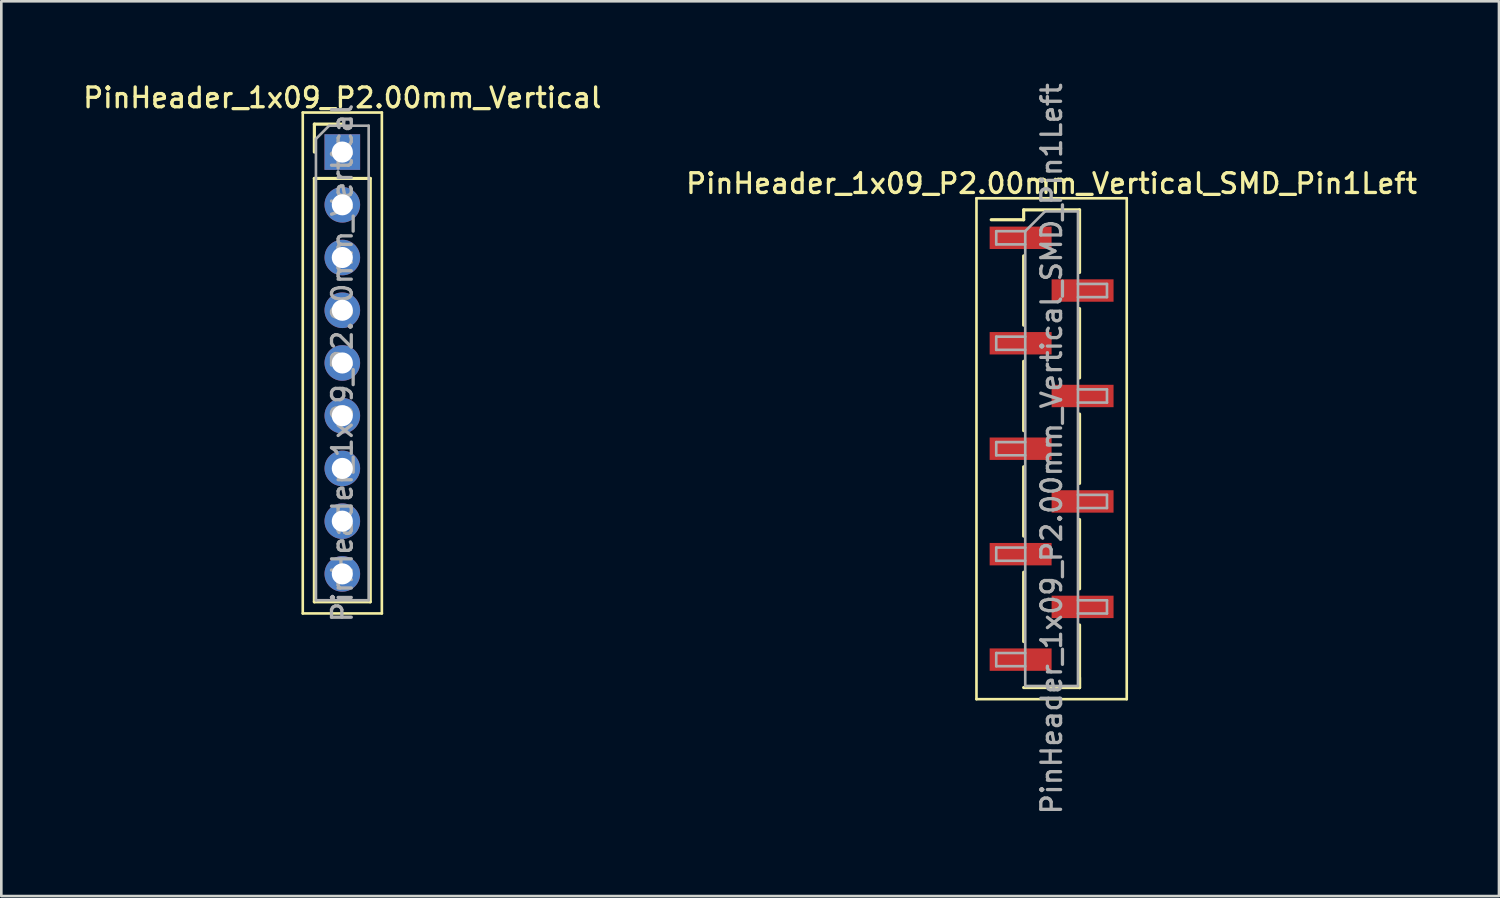
<source format=kicad_pcb>
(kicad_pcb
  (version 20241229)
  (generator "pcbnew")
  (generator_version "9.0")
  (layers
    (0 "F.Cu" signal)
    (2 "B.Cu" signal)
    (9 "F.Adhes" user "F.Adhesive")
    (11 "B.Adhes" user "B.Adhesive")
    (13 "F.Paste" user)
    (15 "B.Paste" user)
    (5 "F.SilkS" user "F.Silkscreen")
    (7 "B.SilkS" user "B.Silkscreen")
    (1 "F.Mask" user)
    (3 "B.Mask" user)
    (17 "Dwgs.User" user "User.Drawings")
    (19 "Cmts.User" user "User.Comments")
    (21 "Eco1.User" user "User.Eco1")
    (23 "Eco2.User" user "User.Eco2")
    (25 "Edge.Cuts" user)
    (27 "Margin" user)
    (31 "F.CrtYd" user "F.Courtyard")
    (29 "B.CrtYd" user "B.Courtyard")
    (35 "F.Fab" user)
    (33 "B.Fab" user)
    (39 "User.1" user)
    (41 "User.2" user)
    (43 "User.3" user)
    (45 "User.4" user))
  (footprint "PinHeader_1x09_P2.00mm_Vertical"
    (layer "F.Cu")
    (at 9.934 2.718)
    (property "Reference" "PinHeader_1x09_P2.00mm_Vertical" (at 0 -2.06 0) (layer "F.SilkS") (effects (font (size 0.75 0.75) (thickness 0.125))))
    (attr through_hole)
    (fp_line (start -1.5 -1.5) (end -1.5 17.5) (stroke (width 0.1) (type solid)) (layer "F.SilkS"))
    (fp_line (start -1.5 17.5) (end 1.5 17.5) (stroke (width 0.1) (type solid)) (layer "F.SilkS"))
    (fp_line (start -1.06 -1.06) (end 0 -1.06) (stroke (width 0.12) (type solid)) (layer "F.SilkS"))
    (fp_line (start -1.06 0) (end -1.06 -1.06) (stroke (width 0.12) (type solid)) (layer "F.SilkS"))
    (fp_line (start -1.06 1) (end -1.06 17.06) (stroke (width 0.12) (type solid)) (layer "F.SilkS"))
    (fp_line (start -1.06 1) (end 1.06 1) (stroke (width 0.12) (type solid)) (layer "F.SilkS"))
    (fp_line (start -1.06 17.06) (end 1.06 17.06) (stroke (width 0.12) (type solid)) (layer "F.SilkS"))
    (fp_line (start 1.06 1) (end 1.06 17.06) (stroke (width 0.12) (type solid)) (layer "F.SilkS"))
    (fp_line (start 1.5 -1.5) (end -1.5 -1.5) (stroke (width 0.1) (type solid)) (layer "F.SilkS"))
    (fp_line (start 1.5 17.5) (end 1.5 -1.5) (stroke (width 0.1) (type solid)) (layer "F.SilkS"))
    (fp_line (start -1 -0.5) (end -0.5 -1) (stroke (width 0.1) (type solid)) (layer "F.Fab"))
    (fp_line (start -1 17) (end -1 -0.5) (stroke (width 0.1) (type solid)) (layer "F.Fab"))
    (fp_line (start -0.5 -1) (end 1 -1) (stroke (width 0.1) (type solid)) (layer "F.Fab"))
    (fp_line (start 1 -1) (end 1 17) (stroke (width 0.1) (type solid)) (layer "F.Fab"))
    (fp_line (start 1 17) (end -1 17) (stroke (width 0.1) (type solid)) (layer "F.Fab"))
    (fp_text user "${REFERENCE}" (at 0 8 90) (layer "F.Fab") (effects (font (size 0.75 0.75) (thickness 0.125))))
    (pad "1" thru_hole rect (at 0 0) (size 1.35 1.35) (drill 0.8) (layers "*.Cu" "*.Mask"))
    (pad "2" thru_hole oval (at 0 2) (size 1.35 1.35) (drill 0.8) (layers "*.Cu" "*.Mask"))
    (pad "3" thru_hole oval (at 0 4) (size 1.35 1.35) (drill 0.8) (layers "*.Cu" "*.Mask"))
    (pad "4" thru_hole oval (at 0 6) (size 1.35 1.35) (drill 0.8) (layers "*.Cu" "*.Mask"))
    (pad "5" thru_hole oval (at 0 8) (size 1.35 1.35) (drill 0.8) (layers "*.Cu" "*.Mask"))
    (pad "6" thru_hole oval (at 0 10) (size 1.35 1.35) (drill 0.8) (layers "*.Cu" "*.Mask"))
    (pad "7" thru_hole oval (at 0 12) (size 1.35 1.35) (drill 0.8) (layers "*.Cu" "*.Mask"))
    (pad "8" thru_hole oval (at 0 14) (size 1.35 1.35) (drill 0.8) (layers "*.Cu" "*.Mask"))
    (pad "9" thru_hole oval (at 0 16) (size 1.35 1.35) (drill 0.8) (layers "*.Cu" "*.Mask")))
  (footprint "PinHeader_1x09_P2.00mm_Vertical_SMD_Pin1Left"
    (layer "F.Cu")
    (at 36.838 13.97)
    (property "Reference" "PinHeader_1x09_P2.00mm_Vertical_SMD_Pin1Left" (at 0 -10.06 0) (layer "F.SilkS") (effects (font (size 0.75 0.75) (thickness 0.125))))
    (attr smd)
    (fp_line (start -2.85 -9.5) (end -2.85 9.5) (stroke (width 0.1) (type solid)) (layer "F.SilkS"))
    (fp_line (start -2.85 9.5) (end 2.85 9.5) (stroke (width 0.1) (type solid)) (layer "F.SilkS"))
    (fp_line (start -1.06 -9.06) (end -1.06 -8.685) (stroke (width 0.12) (type solid)) (layer "F.SilkS"))
    (fp_line (start -1.06 -9.06) (end 1.06 -9.06) (stroke (width 0.12) (type solid)) (layer "F.SilkS"))
    (fp_line (start -1.06 -8.685) (end -2.29 -8.685) (stroke (width 0.12) (type solid)) (layer "F.SilkS"))
    (fp_line (start -1.06 -7.315) (end -1.06 -4.685) (stroke (width 0.12) (type solid)) (layer "F.SilkS"))
    (fp_line (start -1.06 -3.315) (end -1.06 -0.685) (stroke (width 0.12) (type solid)) (layer "F.SilkS"))
    (fp_line (start -1.06 0.685) (end -1.06 3.315) (stroke (width 0.12) (type solid)) (layer "F.SilkS"))
    (fp_line (start -1.06 4.685) (end -1.06 7.315) (stroke (width 0.12) (type solid)) (layer "F.SilkS"))
    (fp_line (start -1.06 9.06) (end 1.06 9.06) (stroke (width 0.12) (type solid)) (layer "F.SilkS"))
    (fp_line (start 1.06 -9.06) (end 1.06 -6.685) (stroke (width 0.12) (type solid)) (layer "F.SilkS"))
    (fp_line (start 1.06 -5.315) (end 1.06 -2.685) (stroke (width 0.12) (type solid)) (layer "F.SilkS"))
    (fp_line (start 1.06 -1.315) (end 1.06 1.315) (stroke (width 0.12) (type solid)) (layer "F.SilkS"))
    (fp_line (start 1.06 2.685) (end 1.06 5.315) (stroke (width 0.12) (type solid)) (layer "F.SilkS"))
    (fp_line (start 1.06 6.685) (end 1.06 9.06) (stroke (width 0.12) (type solid)) (layer "F.SilkS"))
    (fp_line (start 1.06 8.685) (end 1.06 9.06) (stroke (width 0.12) (type solid)) (layer "F.SilkS"))
    (fp_line (start 2.85 -9.5) (end -2.85 -9.5) (stroke (width 0.1) (type solid)) (layer "F.SilkS"))
    (fp_line (start 2.85 9.5) (end 2.85 -9.5) (stroke (width 0.1) (type solid)) (layer "F.SilkS"))
    (fp_line (start -2.1 -8.25) (end -2.1 -7.75) (stroke (width 0.1) (type solid)) (layer "F.Fab"))
    (fp_line (start -2.1 -7.75) (end -1 -7.75) (stroke (width 0.1) (type solid)) (layer "F.Fab"))
    (fp_line (start -2.1 -4.25) (end -2.1 -3.75) (stroke (width 0.1) (type solid)) (layer "F.Fab"))
    (fp_line (start -2.1 -3.75) (end -1 -3.75) (stroke (width 0.1) (type solid)) (layer "F.Fab"))
    (fp_line (start -2.1 -0.25) (end -2.1 0.25) (stroke (width 0.1) (type solid)) (layer "F.Fab"))
    (fp_line (start -2.1 0.25) (end -1 0.25) (stroke (width 0.1) (type solid)) (layer "F.Fab"))
    (fp_line (start -2.1 3.75) (end -2.1 4.25) (stroke (width 0.1) (type solid)) (layer "F.Fab"))
    (fp_line (start -2.1 4.25) (end -1 4.25) (stroke (width 0.1) (type solid)) (layer "F.Fab"))
    (fp_line (start -2.1 7.75) (end -2.1 8.25) (stroke (width 0.1) (type solid)) (layer "F.Fab"))
    (fp_line (start -2.1 8.25) (end -1 8.25) (stroke (width 0.1) (type solid)) (layer "F.Fab"))
    (fp_line (start -1 -8.25) (end -2.1 -8.25) (stroke (width 0.1) (type solid)) (layer "F.Fab"))
    (fp_line (start -1 -8.25) (end -0.25 -9) (stroke (width 0.1) (type solid)) (layer "F.Fab"))
    (fp_line (start -1 -4.25) (end -2.1 -4.25) (stroke (width 0.1) (type solid)) (layer "F.Fab"))
    (fp_line (start -1 -0.25) (end -2.1 -0.25) (stroke (width 0.1) (type solid)) (layer "F.Fab"))
    (fp_line (start -1 3.75) (end -2.1 3.75) (stroke (width 0.1) (type solid)) (layer "F.Fab"))
    (fp_line (start -1 7.75) (end -2.1 7.75) (stroke (width 0.1) (type solid)) (layer "F.Fab"))
    (fp_line (start -1 9) (end -1 -8.25) (stroke (width 0.1) (type solid)) (layer "F.Fab"))
    (fp_line (start -0.25 -9) (end 1 -9) (stroke (width 0.1) (type solid)) (layer "F.Fab"))
    (fp_line (start 1 -9) (end 1 9) (stroke (width 0.1) (type solid)) (layer "F.Fab"))
    (fp_line (start 1 -6.25) (end 2.1 -6.25) (stroke (width 0.1) (type solid)) (layer "F.Fab"))
    (fp_line (start 1 -2.25) (end 2.1 -2.25) (stroke (width 0.1) (type solid)) (layer "F.Fab"))
    (fp_line (start 1 1.75) (end 2.1 1.75) (stroke (width 0.1) (type solid)) (layer "F.Fab"))
    (fp_line (start 1 5.75) (end 2.1 5.75) (stroke (width 0.1) (type solid)) (layer "F.Fab"))
    (fp_line (start 1 9) (end -1 9) (stroke (width 0.1) (type solid)) (layer "F.Fab"))
    (fp_line (start 2.1 -6.25) (end 2.1 -5.75) (stroke (width 0.1) (type solid)) (layer "F.Fab"))
    (fp_line (start 2.1 -5.75) (end 1 -5.75) (stroke (width 0.1) (type solid)) (layer "F.Fab"))
    (fp_line (start 2.1 -2.25) (end 2.1 -1.75) (stroke (width 0.1) (type solid)) (layer "F.Fab"))
    (fp_line (start 2.1 -1.75) (end 1 -1.75) (stroke (width 0.1) (type solid)) (layer "F.Fab"))
    (fp_line (start 2.1 1.75) (end 2.1 2.25) (stroke (width 0.1) (type solid)) (layer "F.Fab"))
    (fp_line (start 2.1 2.25) (end 1 2.25) (stroke (width 0.1) (type solid)) (layer "F.Fab"))
    (fp_line (start 2.1 5.75) (end 2.1 6.25) (stroke (width 0.1) (type solid)) (layer "F.Fab"))
    (fp_line (start 2.1 6.25) (end 1 6.25) (stroke (width 0.1) (type solid)) (layer "F.Fab"))
    (fp_text user "${REFERENCE}" (at 0 0 90) (layer "F.Fab") (effects (font (size 0.75 0.75) (thickness 0.125))))
    (pad "1" smd rect (at -1.175 -8) (size 2.35 0.85) (layers "F.Cu" "F.Mask" "F.Paste"))
    (pad "2" smd rect (at 1.175 -6) (size 2.35 0.85) (layers "F.Cu" "F.Mask" "F.Paste"))
    (pad "3" smd rect (at -1.175 -4) (size 2.35 0.85) (layers "F.Cu" "F.Mask" "F.Paste"))
    (pad "4" smd rect (at 1.175 -2) (size 2.35 0.85) (layers "F.Cu" "F.Mask" "F.Paste"))
    (pad "5" smd rect (at -1.175 0) (size 2.35 0.85) (layers "F.Cu" "F.Mask" "F.Paste"))
    (pad "6" smd rect (at 1.175 2) (size 2.35 0.85) (layers "F.Cu" "F.Mask" "F.Paste"))
    (pad "7" smd rect (at -1.175 4) (size 2.35 0.85) (layers "F.Cu" "F.Mask" "F.Paste"))
    (pad "8" smd rect (at 1.175 6) (size 2.35 0.85) (layers "F.Cu" "F.Mask" "F.Paste"))
    (pad "9" smd rect (at -1.175 8) (size 2.35 0.85) (layers "F.Cu" "F.Mask" "F.Paste")))
  (gr_rect
    (start -3 -3)
    (end 53.807 30.939)
    (stroke (width 0.1) (type default))
    (fill no)
    (layer "Edge.Cuts")))
</source>
